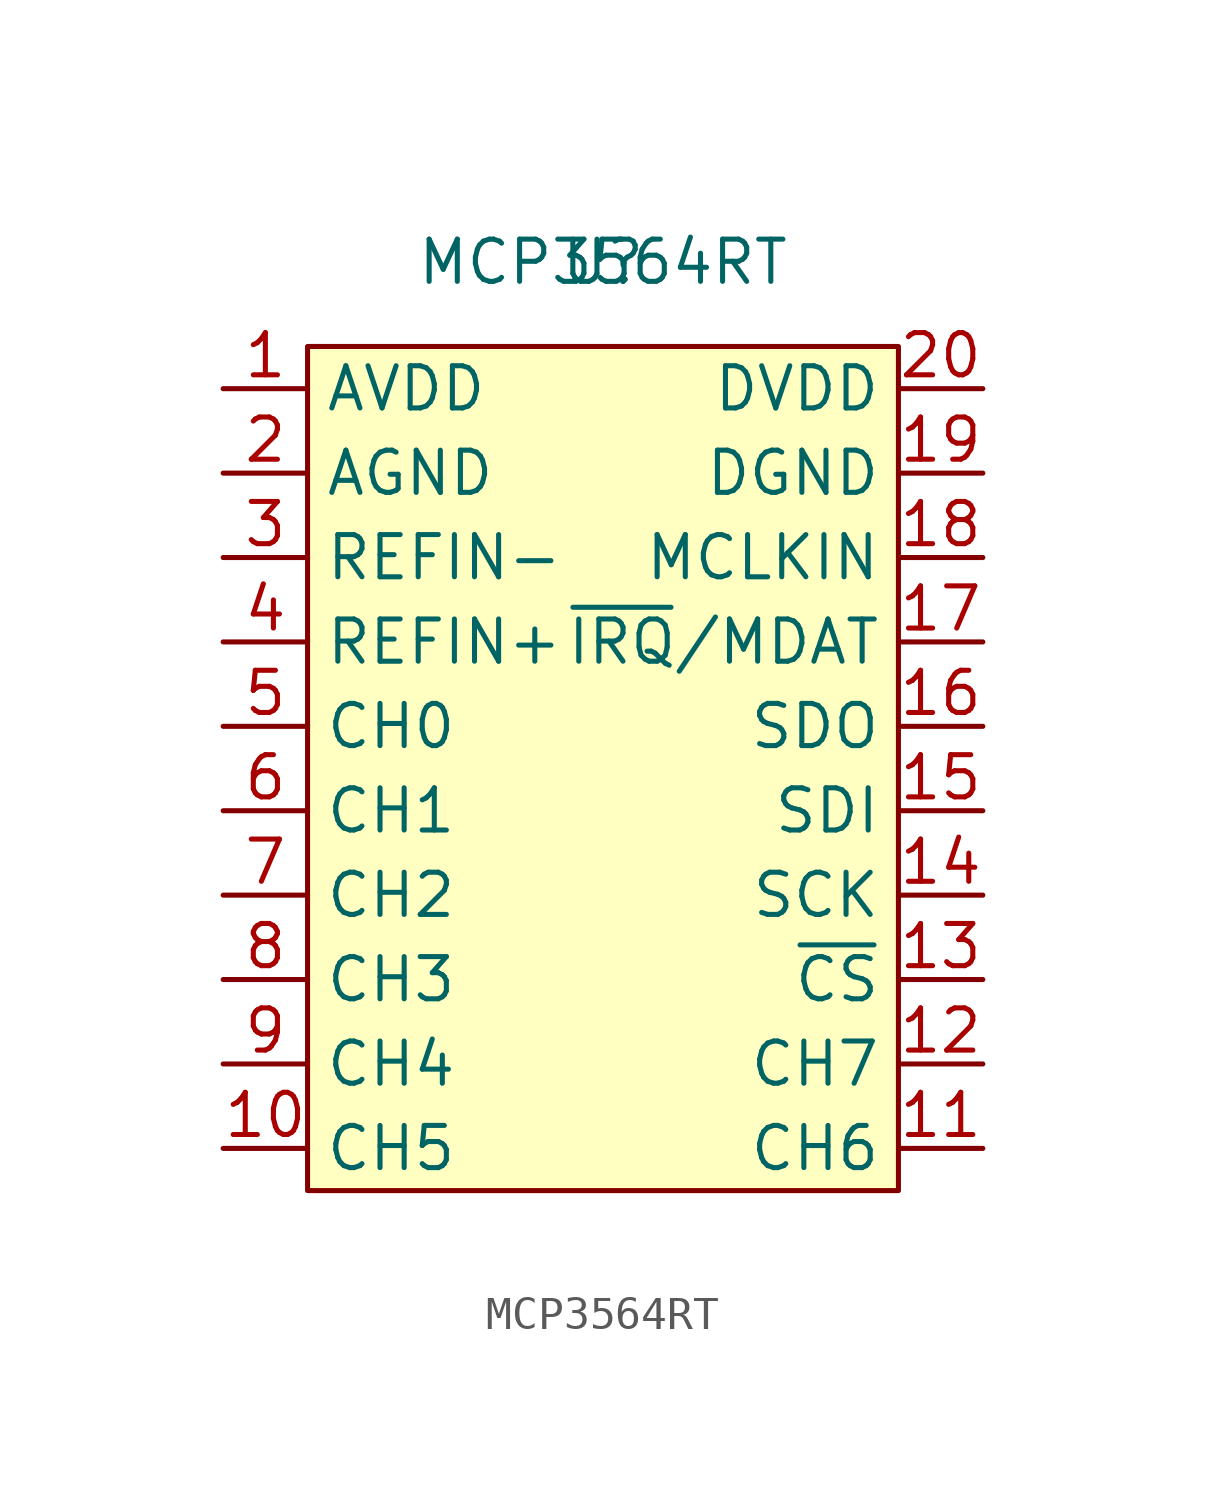
<source format=kicad_sym>
(kicad_symbol_lib
  (version 20211014)
  (generator kicad_symbol_editor)
  (symbol "MCP3564RT"
    (property "Reference" "U"
      (at 0 0 0)
      (effects (font (size 1.27 1.27))))
    (property "Value" "MCP3564RT"
      (at 0 0 0)
      (effects (font (size 1.27 1.27))))
    (symbol "MCP3564RT_0_1"
      (rectangle (start -8.89 -2.54) (end 8.89 -27.94) (stroke (width 0) (type default) (color 0 0 0 0)) (fill (type background))))
    (symbol "MCP3564RT_1_1"
      (pin input line (at -11.43 -3.81 0) (length 2.54) (name "AVDD" (effects (font (size 1.27 1.27)))) (number "1" (effects (font (size 1.27 1.27)))))
      (pin input line (at -11.43 -26.67 0) (length 2.54) (name "CH5" (effects (font (size 1.27 1.27)))) (number "10" (effects (font (size 1.27 1.27)))))
      (pin input line (at 11.43 -26.67 180) (length 2.54) (name "CH6" (effects (font (size 1.27 1.27)))) (number "11" (effects (font (size 1.27 1.27)))))
      (pin input line (at 11.43 -24.13 180) (length 2.54) (name "CH7" (effects (font (size 1.27 1.27)))) (number "12" (effects (font (size 1.27 1.27)))))
      (pin input line (at 11.43 -21.59 180) (length 2.54) (name "~{CS}" (effects (font (size 1.27 1.27)))) (number "13" (effects (font (size 1.27 1.27)))))
      (pin input line (at 11.43 -19.05 180) (length 2.54) (name "SCK" (effects (font (size 1.27 1.27)))) (number "14" (effects (font (size 1.27 1.27)))))
      (pin input line (at 11.43 -16.51 180) (length 2.54) (name "SDI" (effects (font (size 1.27 1.27)))) (number "15" (effects (font (size 1.27 1.27)))))
      (pin input line (at 11.43 -13.97 180) (length 2.54) (name "SDO" (effects (font (size 1.27 1.27)))) (number "16" (effects (font (size 1.27 1.27)))))
      (pin input line (at 11.43 -11.43 180) (length 2.54) (name "~{IRQ}/MDAT" (effects (font (size 1.27 1.27)))) (number "17" (effects (font (size 1.27 1.27)))))
      (pin input line (at 11.43 -8.89 180) (length 2.54) (name "MCLKIN" (effects (font (size 1.27 1.27)))) (number "18" (effects (font (size 1.27 1.27)))))
      (pin input line (at 11.43 -6.35 180) (length 2.54) (name "DGND" (effects (font (size 1.27 1.27)))) (number "19" (effects (font (size 1.27 1.27)))))
      (pin input line (at -11.43 -6.35 0) (length 2.54) (name "AGND" (effects (font (size 1.27 1.27)))) (number "2" (effects (font (size 1.27 1.27)))))
      (pin input line (at 11.43 -3.81 180) (length 2.54) (name "DVDD" (effects (font (size 1.27 1.27)))) (number "20" (effects (font (size 1.27 1.27)))))
      (pin input line (at -11.43 -8.89 0) (length 2.54) (name "REFIN-" (effects (font (size 1.27 1.27)))) (number "3" (effects (font (size 1.27 1.27)))))
      (pin input line (at -11.43 -11.43 0) (length 2.54) (name "REFIN+" (effects (font (size 1.27 1.27)))) (number "4" (effects (font (size 1.27 1.27)))))
      (pin input line (at -11.43 -13.97 0) (length 2.54) (name "CH0" (effects (font (size 1.27 1.27)))) (number "5" (effects (font (size 1.27 1.27)))))
      (pin input line (at -11.43 -16.51 0) (length 2.54) (name "CH1" (effects (font (size 1.27 1.27)))) (number "6" (effects (font (size 1.27 1.27)))))
      (pin input line (at -11.43 -19.05 0) (length 2.54) (name "CH2" (effects (font (size 1.27 1.27)))) (number "7" (effects (font (size 1.27 1.27)))))
      (pin input line (at -11.43 -21.59 0) (length 2.54) (name "CH3" (effects (font (size 1.27 1.27)))) (number "8" (effects (font (size 1.27 1.27)))))
      (pin input line (at -11.43 -24.13 0) (length 2.54) (name "CH4" (effects (font (size 1.27 1.27)))) (number "9" (effects (font (size 1.27 1.27))))))))
</source>
